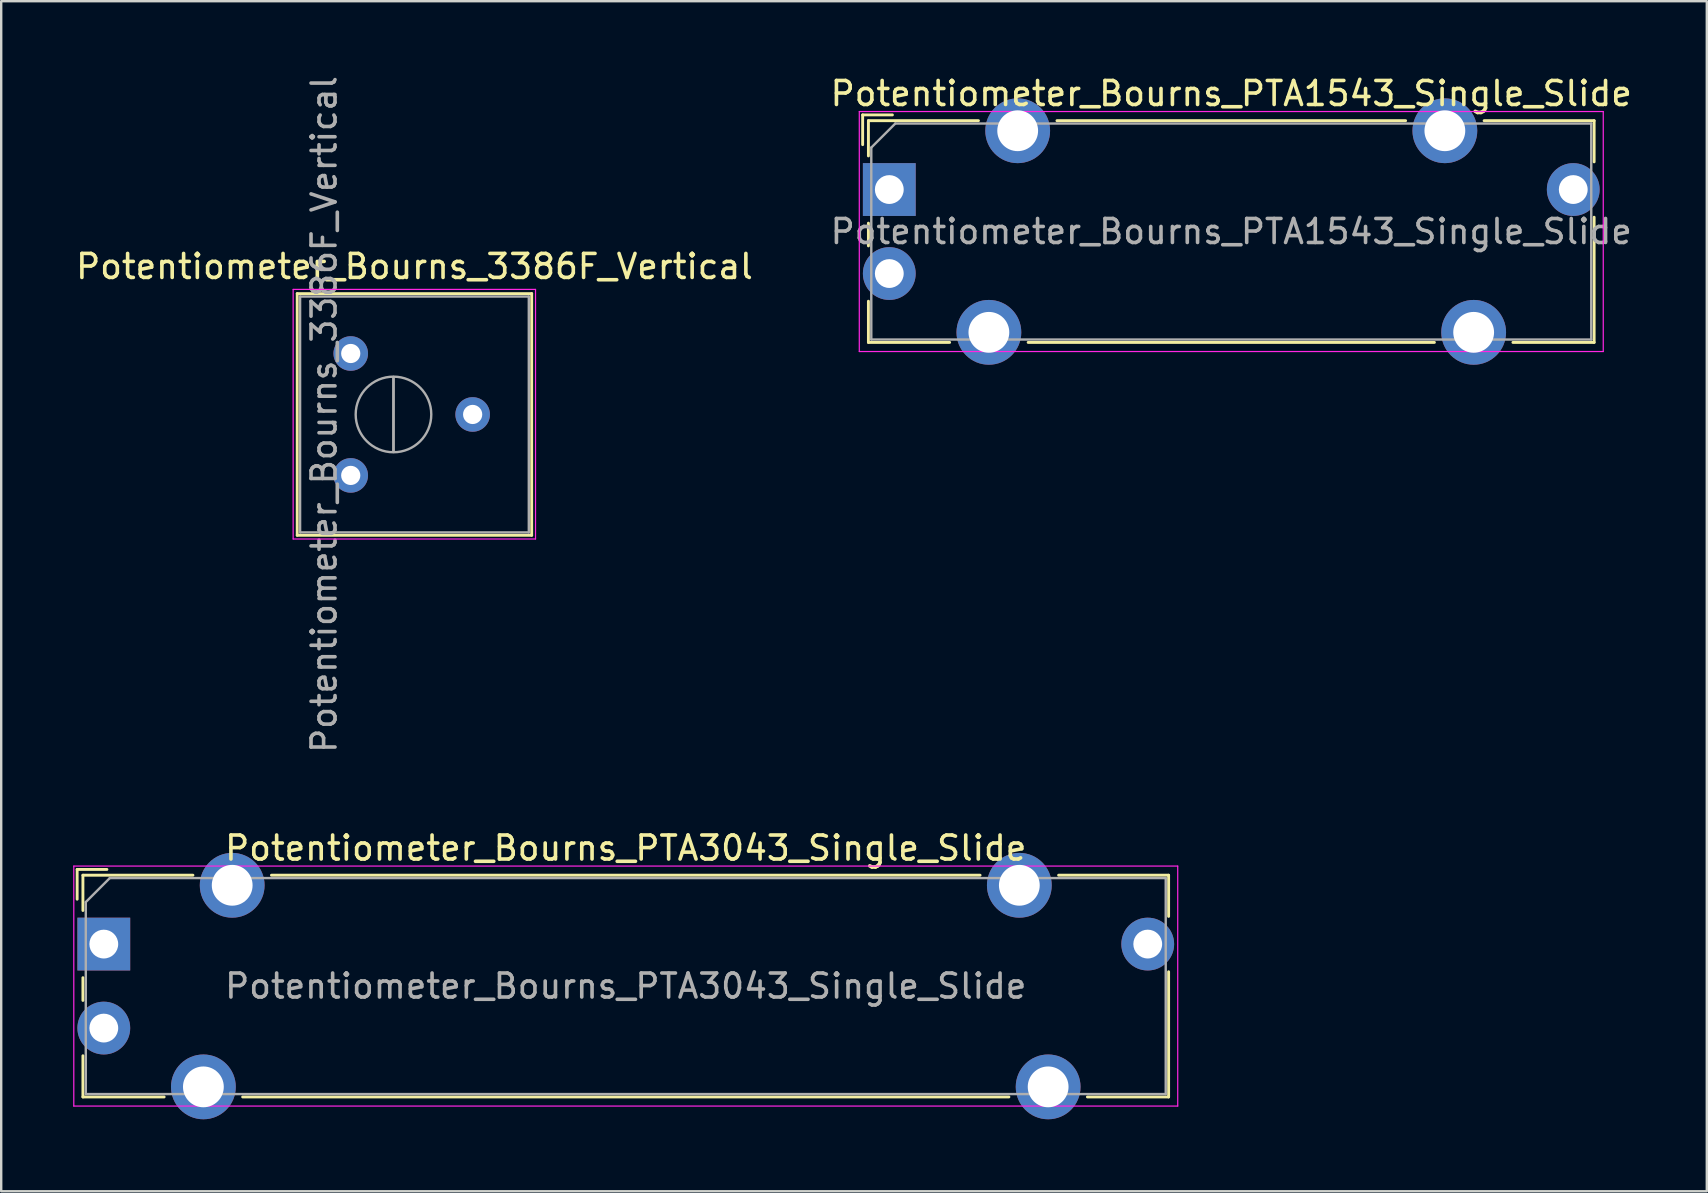
<source format=kicad_pcb>
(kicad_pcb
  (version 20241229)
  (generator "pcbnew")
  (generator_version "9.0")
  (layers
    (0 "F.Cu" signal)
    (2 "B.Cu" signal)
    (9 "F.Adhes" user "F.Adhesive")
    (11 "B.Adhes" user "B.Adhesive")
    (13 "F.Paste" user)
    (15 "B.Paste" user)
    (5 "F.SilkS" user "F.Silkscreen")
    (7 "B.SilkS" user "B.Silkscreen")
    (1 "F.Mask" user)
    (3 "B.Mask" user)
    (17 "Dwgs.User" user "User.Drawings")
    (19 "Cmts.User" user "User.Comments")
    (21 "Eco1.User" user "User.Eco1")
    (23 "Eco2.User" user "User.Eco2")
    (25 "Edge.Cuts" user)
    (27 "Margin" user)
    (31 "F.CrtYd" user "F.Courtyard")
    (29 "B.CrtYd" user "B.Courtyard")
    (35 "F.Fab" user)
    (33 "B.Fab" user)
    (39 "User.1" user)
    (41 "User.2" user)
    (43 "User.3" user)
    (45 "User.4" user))
  (footprint "Potentiometer_Bourns_PTA3043_Single_Slide"
    (layer "F.Cu")
    (at 1.275 36.289)
    (property "Reference" "Potentiometer_Bourns_PTA3043_Single_Slide" (at 21.75 -4 0) (layer "F.SilkS") (effects (font (size 1 1) (thickness 0.15))))
    (attr through_hole)
    (fp_line (start -1.11 -3.11) (end 0.13 -3.11) (stroke (width 0.12) (type solid)) (layer "F.SilkS"))
    (fp_line (start -1.11 -1.87) (end -1.11 -3.11) (stroke (width 0.12) (type solid)) (layer "F.SilkS"))
    (fp_line (start -0.87 -2.87) (end -0.87 -1.4) (stroke (width 0.12) (type solid)) (layer "F.SilkS"))
    (fp_line (start -0.87 -2.87) (end 3.715 -2.87) (stroke (width 0.12) (type solid)) (layer "F.SilkS"))
    (fp_line (start -0.87 1.4) (end -0.87 2.348) (stroke (width 0.12) (type solid)) (layer "F.SilkS"))
    (fp_line (start -0.87 4.653) (end -0.87 6.37) (stroke (width 0.12) (type solid)) (layer "F.SilkS"))
    (fp_line (start -0.87 6.37) (end 2.515 6.37) (stroke (width 0.12) (type solid)) (layer "F.SilkS"))
    (fp_line (start 5.786 6.37) (end 37.715 6.37) (stroke (width 0.12) (type solid)) (layer "F.SilkS"))
    (fp_line (start 6.986 -2.87) (end 36.515 -2.87) (stroke (width 0.12) (type solid)) (layer "F.SilkS"))
    (fp_line (start 39.786 -2.87) (end 44.37 -2.87) (stroke (width 0.12) (type solid)) (layer "F.SilkS"))
    (fp_line (start 40.986 6.37) (end 44.37 6.37) (stroke (width 0.12) (type solid)) (layer "F.SilkS"))
    (fp_line (start 44.37 -2.87) (end 44.37 -1.153) (stroke (width 0.12) (type solid)) (layer "F.SilkS"))
    (fp_line (start 44.37 1.153) (end 44.37 6.37) (stroke (width 0.12) (type solid)) (layer "F.SilkS"))
    (fp_line (start -1.25 -3.25) (end -1.25 6.75) (stroke (width 0.05) (type solid)) (layer "F.CrtYd"))
    (fp_line (start -1.25 6.75) (end 44.75 6.75) (stroke (width 0.05) (type solid)) (layer "F.CrtYd"))
    (fp_line (start 44.75 -3.25) (end -1.25 -3.25) (stroke (width 0.05) (type solid)) (layer "F.CrtYd"))
    (fp_line (start 44.75 6.75) (end 44.75 -3.25) (stroke (width 0.05) (type solid)) (layer "F.CrtYd"))
    (fp_line (start -0.75 -1.75) (end 0.25 -2.75) (stroke (width 0.1) (type solid)) (layer "F.Fab"))
    (fp_line (start -0.75 6.25) (end -0.75 -1.75) (stroke (width 0.1) (type solid)) (layer "F.Fab"))
    (fp_line (start 0.25 -2.75) (end 44.25 -2.75) (stroke (width 0.1) (type solid)) (layer "F.Fab"))
    (fp_line (start 44.25 -2.75) (end 44.25 6.25) (stroke (width 0.1) (type solid)) (layer "F.Fab"))
    (fp_line (start 44.25 6.25) (end -0.75 6.25) (stroke (width 0.1) (type solid)) (layer "F.Fab"))
    (fp_text user "${REFERENCE}" (at 21.75 1.75 0) (layer "F.Fab") (effects (font (size 1 1) (thickness 0.15))))
    (pad "1" thru_hole rect (at 0 0) (size 2.2 2.2) (drill 1.2) (layers "*.Cu" "*.Mask"))
    (pad "2" thru_hole circle (at 0 3.5) (size 2.2 2.2) (drill 1.2) (layers "*.Cu" "*.Mask"))
    (pad "3" thru_hole circle (at 43.5 0) (size 2.2 2.2) (drill 1.2) (layers "*.Cu" "*.Mask"))
    (pad "MP" thru_hole circle (at 4.15 5.95) (size 2.7 2.7) (drill 1.7) (layers "*.Cu" "*.Mask"))
    (pad "MP" thru_hole circle (at 5.35 -2.45) (size 2.7 2.7) (drill 1.7) (layers "*.Cu" "*.Mask"))
    (pad "MP" thru_hole circle (at 38.15 -2.45) (size 2.7 2.7) (drill 1.7) (layers "*.Cu" "*.Mask"))
    (pad "MP" thru_hole circle (at 39.35 5.95) (size 2.7 2.7) (drill 1.7) (layers "*.Cu" "*.Mask")))
  (footprint "Potentiometer_Bourns_PTA1543_Single_Slide"
    (layer "F.Cu")
    (at 34.006 4.848)
    (property "Reference" "Potentiometer_Bourns_PTA1543_Single_Slide" (at 14.25 -4 0) (layer "F.SilkS") (effects (font (size 1 1) (thickness 0.15))))
    (attr through_hole)
    (fp_line (start -1.11 -3.11) (end 0.13 -3.11) (stroke (width 0.12) (type solid)) (layer "F.SilkS"))
    (fp_line (start -1.11 -1.87) (end -1.11 -3.11) (stroke (width 0.12) (type solid)) (layer "F.SilkS"))
    (fp_line (start -0.87 -2.87) (end -0.87 -1.4) (stroke (width 0.12) (type solid)) (layer "F.SilkS"))
    (fp_line (start -0.87 -2.87) (end 3.715 -2.87) (stroke (width 0.12) (type solid)) (layer "F.SilkS"))
    (fp_line (start -0.87 1.4) (end -0.87 2.348) (stroke (width 0.12) (type solid)) (layer "F.SilkS"))
    (fp_line (start -0.87 4.653) (end -0.87 6.37) (stroke (width 0.12) (type solid)) (layer "F.SilkS"))
    (fp_line (start -0.87 6.37) (end 2.515 6.37) (stroke (width 0.12) (type solid)) (layer "F.SilkS"))
    (fp_line (start 5.786 6.37) (end 22.715 6.37) (stroke (width 0.12) (type solid)) (layer "F.SilkS"))
    (fp_line (start 6.986 -2.87) (end 21.515 -2.87) (stroke (width 0.12) (type solid)) (layer "F.SilkS"))
    (fp_line (start 24.786 -2.87) (end 29.37 -2.87) (stroke (width 0.12) (type solid)) (layer "F.SilkS"))
    (fp_line (start 25.986 6.37) (end 29.37 6.37) (stroke (width 0.12) (type solid)) (layer "F.SilkS"))
    (fp_line (start 29.37 -2.87) (end 29.37 -1.153) (stroke (width 0.12) (type solid)) (layer "F.SilkS"))
    (fp_line (start 29.37 1.153) (end 29.37 6.37) (stroke (width 0.12) (type solid)) (layer "F.SilkS"))
    (fp_line (start -1.25 -3.25) (end -1.25 6.75) (stroke (width 0.05) (type solid)) (layer "F.CrtYd"))
    (fp_line (start -1.25 6.75) (end 29.75 6.75) (stroke (width 0.05) (type solid)) (layer "F.CrtYd"))
    (fp_line (start 29.75 -3.25) (end -1.25 -3.25) (stroke (width 0.05) (type solid)) (layer "F.CrtYd"))
    (fp_line (start 29.75 6.75) (end 29.75 -3.25) (stroke (width 0.05) (type solid)) (layer "F.CrtYd"))
    (fp_line (start -0.75 -1.75) (end 0.25 -2.75) (stroke (width 0.1) (type solid)) (layer "F.Fab"))
    (fp_line (start -0.75 6.25) (end -0.75 -1.75) (stroke (width 0.1) (type solid)) (layer "F.Fab"))
    (fp_line (start 0.25 -2.75) (end 29.25 -2.75) (stroke (width 0.1) (type solid)) (layer "F.Fab"))
    (fp_line (start 29.25 -2.75) (end 29.25 6.25) (stroke (width 0.1) (type solid)) (layer "F.Fab"))
    (fp_line (start 29.25 6.25) (end -0.75 6.25) (stroke (width 0.1) (type solid)) (layer "F.Fab"))
    (fp_text user "${REFERENCE}" (at 14.25 1.75 0) (layer "F.Fab") (effects (font (size 1 1) (thickness 0.15))))
    (pad "1" thru_hole rect (at 0 0) (size 2.2 2.2) (drill 1.2) (layers "*.Cu" "*.Mask"))
    (pad "2" thru_hole circle (at 0 3.5) (size 2.2 2.2) (drill 1.2) (layers "*.Cu" "*.Mask"))
    (pad "3" thru_hole circle (at 28.5 0) (size 2.2 2.2) (drill 1.2) (layers "*.Cu" "*.Mask"))
    (pad "MP" thru_hole circle (at 4.15 5.95) (size 2.7 2.7) (drill 1.7) (layers "*.Cu" "*.Mask"))
    (pad "MP" thru_hole circle (at 5.35 -2.45) (size 2.7 2.7) (drill 1.7) (layers "*.Cu" "*.Mask"))
    (pad "MP" thru_hole circle (at 23.15 -2.45) (size 2.7 2.7) (drill 1.7) (layers "*.Cu" "*.Mask"))
    (pad "MP" thru_hole circle (at 24.35 5.95) (size 2.7 2.7) (drill 1.7) (layers "*.Cu" "*.Mask")))
  (footprint "Potentiometer_Bourns_3386F_Vertical"
    (layer "F.Cu")
    (at 11.565 16.76)
    (property "Reference" "Potentiometer_Bourns_3386F_Vertical" (at 2.655 -8.705 0) (layer "F.SilkS") (effects (font (size 1 1) (thickness 0.15))))
    (attr through_hole)
    (fp_line (start -2.23 -7.575) (end -2.23 2.495) (stroke (width 0.12) (type solid)) (layer "F.SilkS"))
    (fp_line (start -2.23 -7.575) (end 7.54 -7.575) (stroke (width 0.12) (type solid)) (layer "F.SilkS"))
    (fp_line (start -2.23 2.495) (end 7.54 2.495) (stroke (width 0.12) (type solid)) (layer "F.SilkS"))
    (fp_line (start 7.54 -7.575) (end 7.54 2.495) (stroke (width 0.12) (type solid)) (layer "F.SilkS"))
    (fp_line (start -2.4 -7.75) (end -2.4 2.65) (stroke (width 0.05) (type solid)) (layer "F.CrtYd"))
    (fp_line (start -2.4 2.65) (end 7.7 2.65) (stroke (width 0.05) (type solid)) (layer "F.CrtYd"))
    (fp_line (start 7.7 -7.75) (end -2.4 -7.75) (stroke (width 0.05) (type solid)) (layer "F.CrtYd"))
    (fp_line (start 7.7 2.65) (end 7.7 -7.75) (stroke (width 0.05) (type solid)) (layer "F.CrtYd"))
    (fp_line (start -2.11 -7.455) (end -2.11 2.375) (stroke (width 0.1) (type solid)) (layer "F.Fab"))
    (fp_line (start -2.11 2.375) (end 7.42 2.375) (stroke (width 0.1) (type solid)) (layer "F.Fab"))
    (fp_line (start 1.781 -0.98) (end 1.781 -4.099) (stroke (width 0.1) (type solid)) (layer "F.Fab"))
    (fp_line (start 1.781 -0.98) (end 1.781 -4.099) (stroke (width 0.1) (type solid)) (layer "F.Fab"))
    (fp_line (start 7.42 -7.455) (end -2.11 -7.455) (stroke (width 0.1) (type solid)) (layer "F.Fab"))
    (fp_line (start 7.42 2.375) (end 7.42 -7.455) (stroke (width 0.1) (type solid)) (layer "F.Fab"))
    (fp_circle (center 1.781 -2.54) (end 3.356 -2.54) (stroke (width 0.1) (type solid)) (fill no) (layer "F.Fab"))
    (fp_text user "${REFERENCE}" (at -1.11 -2.54 90) (layer "F.Fab") (effects (font (size 1 1) (thickness 0.15))))
    (pad "1" thru_hole circle (at 0 0) (size 1.44 1.44) (drill 0.8) (layers "*.Cu" "*.Mask"))
    (pad "2" thru_hole circle (at 5.08 -2.54) (size 1.44 1.44) (drill 0.8) (layers "*.Cu" "*.Mask"))
    (pad "3" thru_hole circle (at 0 -5.08) (size 1.44 1.44) (drill 0.8) (layers "*.Cu" "*.Mask")))
  (gr_rect
    (start -3 -3)
    (end 68.071 46.589)
    (stroke (width 0.1) (type default))
    (fill no)
    (layer "Edge.Cuts")))
</source>
